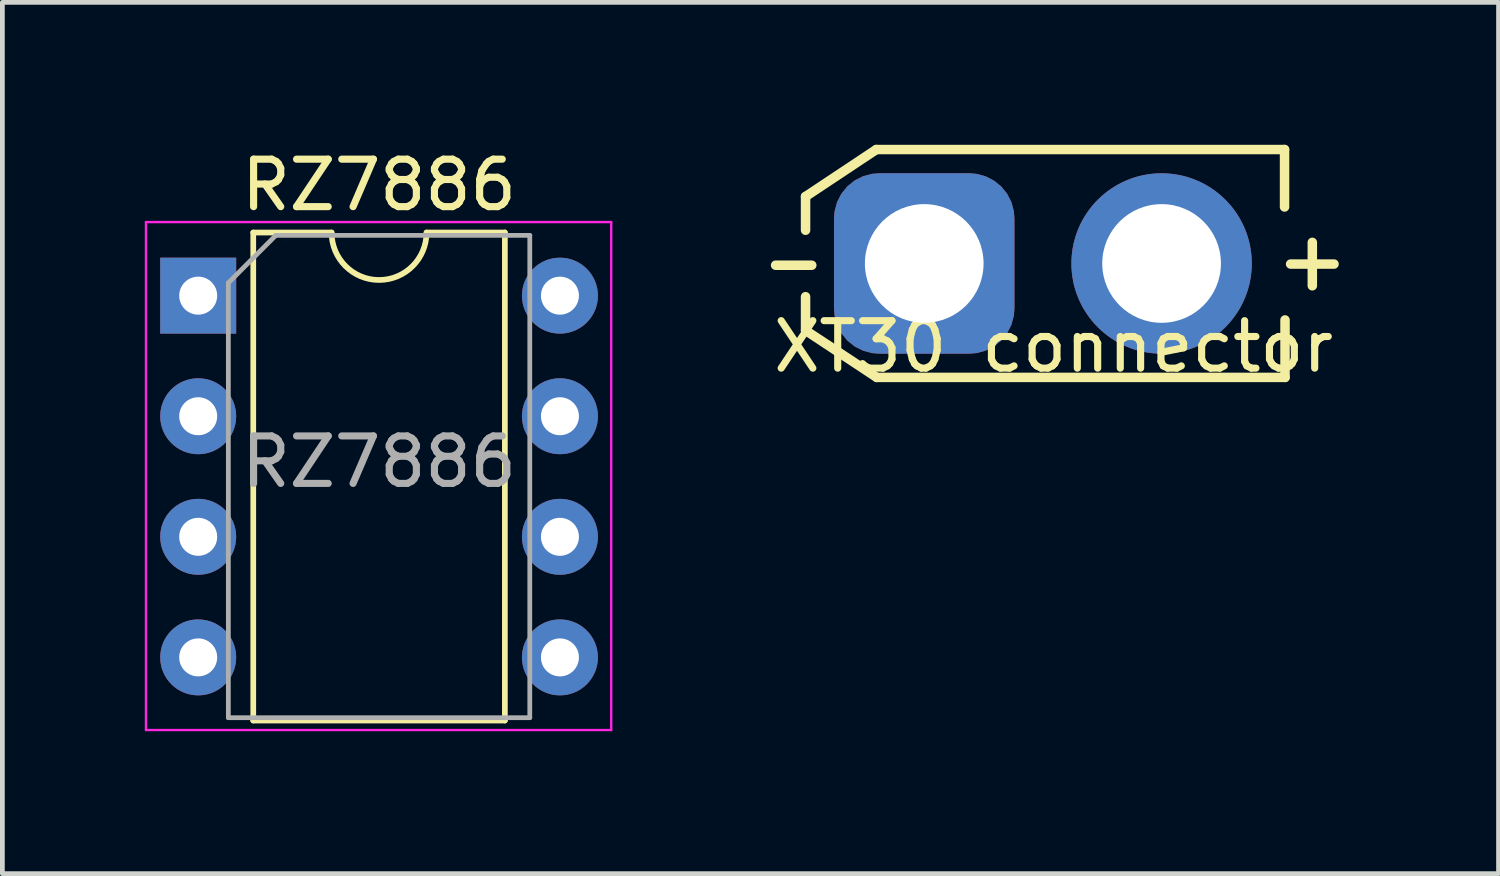
<source format=kicad_pcb>
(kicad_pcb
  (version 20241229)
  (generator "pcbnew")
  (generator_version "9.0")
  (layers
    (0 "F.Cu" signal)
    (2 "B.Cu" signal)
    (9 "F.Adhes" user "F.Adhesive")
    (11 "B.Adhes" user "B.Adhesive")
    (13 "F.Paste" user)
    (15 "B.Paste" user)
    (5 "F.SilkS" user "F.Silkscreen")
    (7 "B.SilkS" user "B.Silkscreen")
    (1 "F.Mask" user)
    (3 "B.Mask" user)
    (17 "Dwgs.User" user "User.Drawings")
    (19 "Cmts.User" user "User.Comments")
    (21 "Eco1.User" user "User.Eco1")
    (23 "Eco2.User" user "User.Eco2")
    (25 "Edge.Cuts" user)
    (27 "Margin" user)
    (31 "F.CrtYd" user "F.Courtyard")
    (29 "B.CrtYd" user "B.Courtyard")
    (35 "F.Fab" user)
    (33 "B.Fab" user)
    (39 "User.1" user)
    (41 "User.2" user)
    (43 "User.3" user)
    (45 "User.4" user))
  (footprint "RZ7886"
    (layer "F.Cu")
    (at 1.125 3.178)
    (property "Reference" "RZ7886" (at 3.81 -2.33 0) (layer "F.SilkS") (effects (font (size 1 1) (thickness 0.15))))
    (attr through_hole)
    (fp_line (start 1.16 -1.33) (end 1.16 8.95) (stroke (width 0.12) (type solid)) (layer "F.SilkS"))
    (fp_line (start 1.16 8.95) (end 6.46 8.95) (stroke (width 0.12) (type solid)) (layer "F.SilkS"))
    (fp_line (start 2.81 -1.33) (end 1.16 -1.33) (stroke (width 0.12) (type solid)) (layer "F.SilkS"))
    (fp_line (start 6.46 -1.33) (end 4.81 -1.33) (stroke (width 0.12) (type solid)) (layer "F.SilkS"))
    (fp_line (start 6.46 8.95) (end 6.46 -1.33) (stroke (width 0.12) (type solid)) (layer "F.SilkS"))
    (fp_arc (start 4.81 -1.33) (mid 3.81 -0.33) (end 2.81 -1.33) (stroke (width 0.12) (type solid)) (layer "F.SilkS"))
    (fp_line (start -1.1 -1.55) (end -1.1 9.15) (stroke (width 0.05) (type solid)) (layer "F.CrtYd"))
    (fp_line (start -1.1 9.15) (end 8.7 9.15) (stroke (width 0.05) (type solid)) (layer "F.CrtYd"))
    (fp_line (start 8.7 -1.55) (end -1.1 -1.55) (stroke (width 0.05) (type solid)) (layer "F.CrtYd"))
    (fp_line (start 8.7 9.15) (end 8.7 -1.55) (stroke (width 0.05) (type solid)) (layer "F.CrtYd"))
    (fp_line (start 0.635 -0.27) (end 1.635 -1.27) (stroke (width 0.1) (type solid)) (layer "F.Fab"))
    (fp_line (start 0.635 8.89) (end 0.635 -0.27) (stroke (width 0.1) (type solid)) (layer "F.Fab"))
    (fp_line (start 1.635 -1.27) (end 6.985 -1.27) (stroke (width 0.1) (type solid)) (layer "F.Fab"))
    (fp_line (start 6.985 -1.27) (end 6.985 8.89) (stroke (width 0.1) (type solid)) (layer "F.Fab"))
    (fp_line (start 6.985 8.89) (end 0.635 8.89) (stroke (width 0.1) (type solid)) (layer "F.Fab"))
    (fp_text user "RZ7886" (at 3.81 3.5 0) (layer "F.Fab") (effects (font (size 1 1) (thickness 0.15))))
    (pad "1" thru_hole rect (at 0 0) (size 1.6 1.6) (drill 0.8) (layers "*.Cu" "*.Mask"))
    (pad "2" thru_hole oval (at 0 2.54) (size 1.6 1.6) (drill 0.8) (layers "*.Cu" "*.Mask"))
    (pad "3" thru_hole oval (at 0 5.08) (size 1.6 1.6) (drill 0.8) (layers "*.Cu" "*.Mask"))
    (pad "4" thru_hole oval (at 0 7.62) (size 1.6 1.6) (drill 0.8) (layers "*.Cu" "*.Mask"))
    (pad "5" thru_hole oval (at 7.62 7.62) (size 1.6 1.6) (drill 0.8) (layers "*.Cu" "*.Mask"))
    (pad "6" thru_hole oval (at 7.62 5.08) (size 1.6 1.6) (drill 0.8) (layers "*.Cu" "*.Mask"))
    (pad "7" thru_hole oval (at 7.62 2.54) (size 1.6 1.6) (drill 0.8) (layers "*.Cu" "*.Mask"))
    (pad "8" thru_hole oval (at 7.62 0) (size 1.6 1.6) (drill 0.8) (layers "*.Cu" "*.Mask")))
  (footprint "XT30 connector"
    (layer "F.Cu")
    (at 16.419 2.5)
    (property "Reference" "XT30 connector" (at 2.725 1.75 0) (layer "F.SilkS") (effects (font (size 1 1) (thickness 0.15))))
    (attr through_hole)
    (fp_line (start -2.5 -1.41) (end -2.5 -0.7) (stroke (width 0.2) (type solid)) (layer "F.SilkS"))
    (fp_line (start -2.5 -1.41) (end -1.01 -2.4) (stroke (width 0.2) (type solid)) (layer "F.SilkS"))
    (fp_line (start -2.5 0.7) (end -2.5 1.41) (stroke (width 0.2) (type solid)) (layer "F.SilkS"))
    (fp_line (start -2.5 1.41) (end -1 2.4) (stroke (width 0.2) (type solid)) (layer "F.SilkS"))
    (fp_line (start -1.01 -2.4) (end 7.59 -2.4) (stroke (width 0.2) (type solid)) (layer "F.SilkS"))
    (fp_line (start -1 2.4) (end 7.6 2.4) (stroke (width 0.2) (type solid)) (layer "F.SilkS"))
    (fp_line (start 7.59 -2.4) (end 7.59 -1.19) (stroke (width 0.2) (type solid)) (layer "F.SilkS"))
    (fp_line (start 7.6 1.19) (end 7.6 2.4) (stroke (width 0.2) (type solid)) (layer "F.SilkS"))
    (fp_text user "+" (at 8.175 -0.075 0) (layer "F.SilkS") (effects (font (size 1.2 1.2) (thickness 0.2))))
    (fp_text user "-" (at -2.75 -0.075 0) (layer "F.SilkS") (effects (font (size 1.5 1) (thickness 0.2))))
    (pad "1" thru_hole roundrect (at 0 0) (size 3.8 3.8) (drill 2.5) (layers "*.Cu" "*.Mask") (roundrect_rratio 0.25))
    (pad "2" thru_hole circle (at 5 0) (size 3.8 3.8) (drill 2.5) (layers "*.Cu" "*.Mask")))
  (gr_rect
    (start -3 -3)
    (end 28.517 15.353)
    (stroke (width 0.1) (type default))
    (fill no)
    (layer "Edge.Cuts")))
</source>
